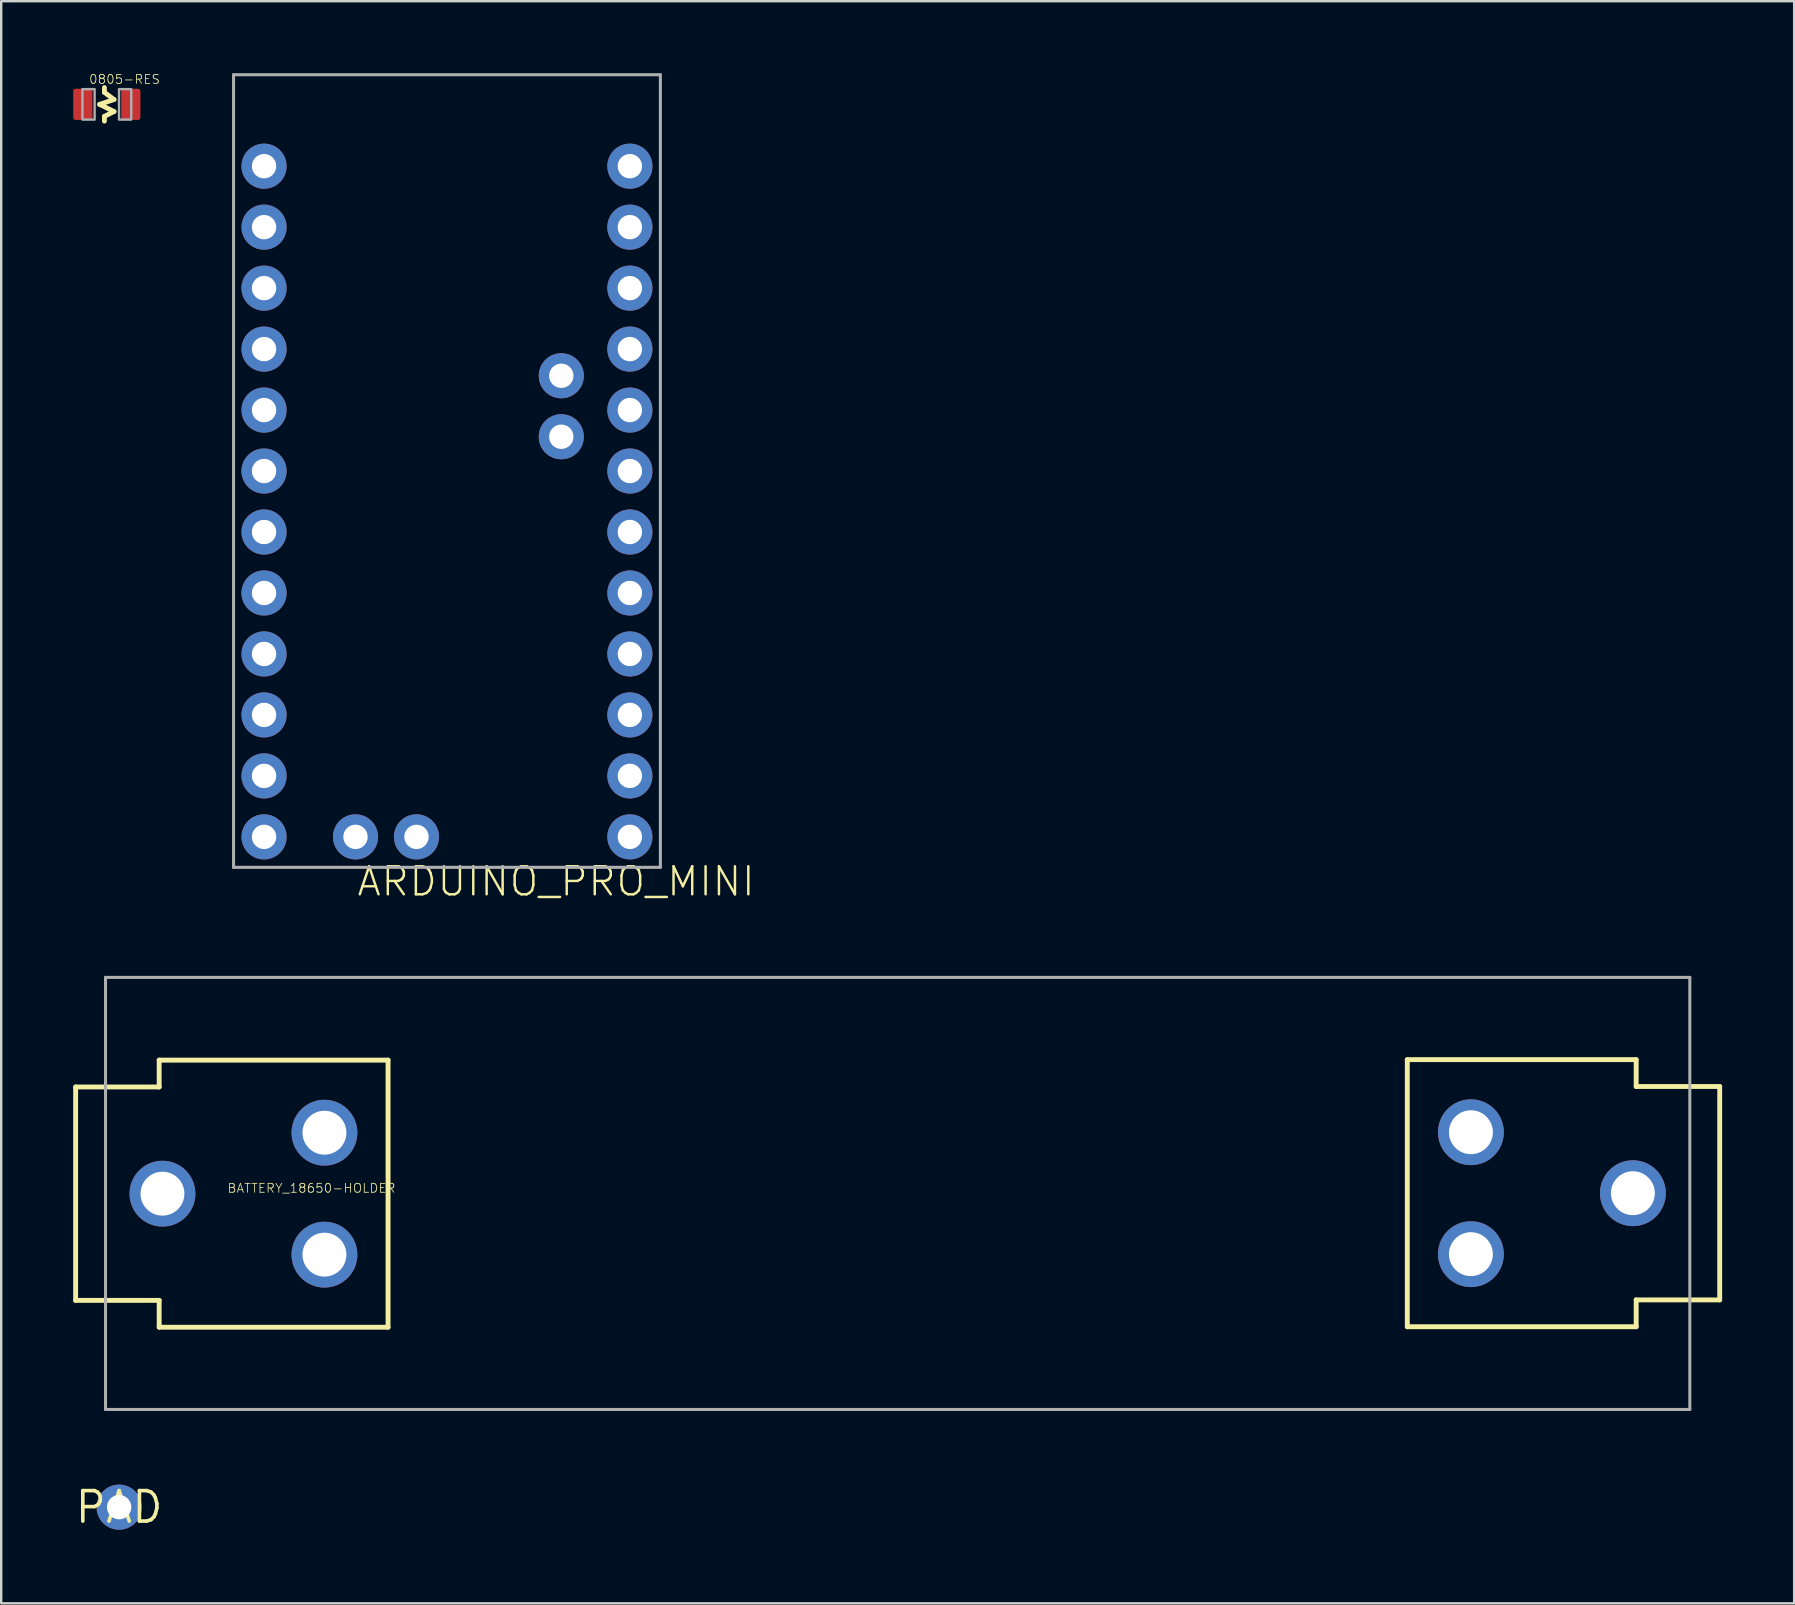
<source format=kicad_pcb>
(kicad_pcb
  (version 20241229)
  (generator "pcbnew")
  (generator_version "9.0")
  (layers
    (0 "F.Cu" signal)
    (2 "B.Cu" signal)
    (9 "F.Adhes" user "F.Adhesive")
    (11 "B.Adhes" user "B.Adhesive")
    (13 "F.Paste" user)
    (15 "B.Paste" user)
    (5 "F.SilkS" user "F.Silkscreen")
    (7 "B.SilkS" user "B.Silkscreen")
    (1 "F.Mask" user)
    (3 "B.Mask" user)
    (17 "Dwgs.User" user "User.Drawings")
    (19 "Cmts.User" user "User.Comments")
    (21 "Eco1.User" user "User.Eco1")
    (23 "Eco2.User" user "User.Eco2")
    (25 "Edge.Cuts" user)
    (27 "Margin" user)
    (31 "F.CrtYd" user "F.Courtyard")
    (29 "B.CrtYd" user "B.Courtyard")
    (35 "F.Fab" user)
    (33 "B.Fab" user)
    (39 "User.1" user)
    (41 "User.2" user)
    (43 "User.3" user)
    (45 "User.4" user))
  (footprint "0805-RES"
    (layer "F.Cu")
    (at 1.4 1.297)
    (property "Reference" "0805-RES" (at -0.762 -0.826 0) (unlocked yes) (layer "F.SilkS") (effects (font (size 0.374 0.374) (thickness 0.033)) (justify left bottom)))
    (fp_line (start -0.3 0) (end 0.3 0.3) (stroke (width 0.2) (type solid)) (layer "F.SilkS"))
    (fp_line (start -0.1 -0.7) (end -0.1 -0.5) (stroke (width 0.2) (type solid)) (layer "F.SilkS"))
    (fp_line (start -0.1 -0.5) (end 0.3 -0.2) (stroke (width 0.2) (type solid)) (layer "F.SilkS"))
    (fp_line (start -0.1 0.5) (end -0.1 0.7) (stroke (width 0.2) (type solid)) (layer "F.SilkS"))
    (fp_line (start 0.3 -0.2) (end -0.3 0) (stroke (width 0.2) (type solid)) (layer "F.SilkS"))
    (fp_line (start 0.3 0.3) (end -0.1 0.5) (stroke (width 0.2) (type solid)) (layer "F.SilkS"))
    (fp_poly (pts (xy -1.016 0.635) (xy -0.508 0.635) (xy -0.508 -0.635) (xy -1.016 -0.635)) (stroke (width 0.1) (type default)) (fill no) (layer "F.Fab"))
    (fp_poly (pts (xy 0.508 0.635) (xy 1.016 0.635) (xy 1.016 -0.635) (xy 0.508 -0.635)) (stroke (width 0.1) (type default)) (fill no) (layer "F.Fab"))
    (pad "1" smd roundrect (at -1 0) (size 0.8 1.3) (layers "F.Cu" "F.Mask" "F.Paste") (roundrect_rratio 0.125))
    (pad "2" smd roundrect (at 1 0) (size 0.8 1.3) (layers "F.Cu" "F.Mask" "F.Paste") (roundrect_rratio 0.125)))
  (footprint "ARDUINO_PRO_MINI"
    (layer "F.Cu")
    (at 15.57 16.573)
    (property "Reference" "ARDUINO_PRO_MINI" (at -3.81 17.78 0) (unlocked yes) (layer "F.SilkS") (effects (font (size 1.168 1.168) (thickness 0.102)) (justify left bottom)))
    (fp_line (start -8.89 -16.51) (end -8.89 16.51) (stroke (width 0.127) (type solid)) (layer "F.Fab"))
    (fp_line (start -8.89 16.51) (end 8.89 16.51) (stroke (width 0.127) (type solid)) (layer "F.Fab"))
    (fp_line (start 8.89 -16.51) (end -8.89 -16.51) (stroke (width 0.127) (type solid)) (layer "F.Fab"))
    (fp_line (start 8.89 16.51) (end 8.89 -16.51) (stroke (width 0.127) (type solid)) (layer "F.Fab"))
    (pad "1" thru_hole circle (at -7.62 -12.7) (size 1.88 1.88) (drill 1.016) (layers "*.Cu" "*.Mask"))
    (pad "2" thru_hole circle (at -7.62 -10.16) (size 1.88 1.88) (drill 1.016) (layers "*.Cu" "*.Mask"))
    (pad "3" thru_hole circle (at -7.62 -7.62) (size 1.88 1.88) (drill 1.016) (layers "*.Cu" "*.Mask"))
    (pad "4" thru_hole circle (at -7.62 -5.08) (size 1.88 1.88) (drill 1.016) (layers "*.Cu" "*.Mask"))
    (pad "5" thru_hole circle (at -7.62 -2.54) (size 1.88 1.88) (drill 1.016) (layers "*.Cu" "*.Mask"))
    (pad "6" thru_hole circle (at -7.62 0) (size 1.88 1.88) (drill 1.016) (layers "*.Cu" "*.Mask"))
    (pad "7" thru_hole circle (at -7.62 2.54) (size 1.88 1.88) (drill 1.016) (layers "*.Cu" "*.Mask"))
    (pad "8" thru_hole circle (at -7.62 5.08) (size 1.88 1.88) (drill 1.016) (layers "*.Cu" "*.Mask"))
    (pad "9" thru_hole circle (at -7.62 7.62) (size 1.88 1.88) (drill 1.016) (layers "*.Cu" "*.Mask"))
    (pad "10" thru_hole circle (at -7.62 10.16) (size 1.88 1.88) (drill 1.016) (layers "*.Cu" "*.Mask"))
    (pad "11" thru_hole circle (at -7.62 12.7) (size 1.88 1.88) (drill 1.016) (layers "*.Cu" "*.Mask"))
    (pad "12" thru_hole circle (at -7.62 15.24) (size 1.88 1.88) (drill 1.016) (layers "*.Cu" "*.Mask"))
    (pad "13" thru_hole circle (at 7.62 15.24) (size 1.88 1.88) (drill 1.016) (layers "*.Cu" "*.Mask"))
    (pad "14" thru_hole circle (at 7.62 12.7) (size 1.88 1.88) (drill 1.016) (layers "*.Cu" "*.Mask"))
    (pad "15" thru_hole circle (at 7.62 10.16) (size 1.88 1.88) (drill 1.016) (layers "*.Cu" "*.Mask"))
    (pad "16" thru_hole circle (at 7.62 7.62) (size 1.88 1.88) (drill 1.016) (layers "*.Cu" "*.Mask"))
    (pad "17" thru_hole circle (at 7.62 5.08) (size 1.88 1.88) (drill 1.016) (layers "*.Cu" "*.Mask"))
    (pad "18" thru_hole circle (at 7.62 2.54) (size 1.88 1.88) (drill 1.016) (layers "*.Cu" "*.Mask"))
    (pad "19" thru_hole circle (at 7.62 0) (size 1.88 1.88) (drill 1.016) (layers "*.Cu" "*.Mask"))
    (pad "20" thru_hole circle (at 7.62 -2.54) (size 1.88 1.88) (drill 1.016) (layers "*.Cu" "*.Mask"))
    (pad "21" thru_hole circle (at 7.62 -5.08) (size 1.88 1.88) (drill 1.016) (layers "*.Cu" "*.Mask"))
    (pad "22" thru_hole circle (at 7.62 -7.62) (size 1.88 1.88) (drill 1.016) (layers "*.Cu" "*.Mask"))
    (pad "23" thru_hole circle (at 7.62 -10.16) (size 1.88 1.88) (drill 1.016) (layers "*.Cu" "*.Mask"))
    (pad "24" thru_hole circle (at 7.62 -12.7) (size 1.88 1.88) (drill 1.016) (layers "*.Cu" "*.Mask"))
    (pad "A4-0" thru_hole circle (at -3.81 15.24 90) (size 1.88 1.88) (drill 1.016) (layers "*.Cu" "*.Mask"))
    (pad "A4-1" thru_hole circle (at 4.763 -1.429) (size 1.88 1.88) (drill 1.016) (layers "*.Cu" "*.Mask"))
    (pad "A5-0" thru_hole circle (at -1.27 15.24 90) (size 1.88 1.88) (drill 1.016) (layers "*.Cu" "*.Mask"))
    (pad "A5-1" thru_hole circle (at 4.763 -3.969) (size 1.88 1.88) (drill 1.016) (layers "*.Cu" "*.Mask")))
  (footprint "BATTERY_18650-HOLDER"
    (layer "F.Cu")
    (at 34.346 46.667)
    (property "Reference" "BATTERY_18650-HOLDER" (at -27.94 0 0) (unlocked yes) (layer "F.SilkS") (effects (font (size 0.374 0.374) (thickness 0.033)) (justify left bottom)))
    (fp_line (start -34.245 -4.435) (end -30.765 -4.435) (stroke (width 0.203) (type solid)) (layer "F.SilkS"))
    (fp_line (start -34.245 4.455) (end -34.245 -4.435) (stroke (width 0.203) (type solid)) (layer "F.SilkS"))
    (fp_line (start -30.765 -5.553) (end -21.23 -5.553) (stroke (width 0.203) (type solid)) (layer "F.SilkS"))
    (fp_line (start -30.765 -4.435) (end -30.765 -5.553) (stroke (width 0.203) (type solid)) (layer "F.SilkS"))
    (fp_line (start -30.765 4.455) (end -34.245 4.455) (stroke (width 0.203) (type solid)) (layer "F.SilkS"))
    (fp_line (start -30.765 5.573) (end -30.765 4.455) (stroke (width 0.203) (type solid)) (layer "F.SilkS"))
    (fp_line (start -21.23 -5.553) (end -21.23 5.573) (stroke (width 0.203) (type solid)) (layer "F.SilkS"))
    (fp_line (start -21.23 5.573) (end -30.765 5.573) (stroke (width 0.203) (type solid)) (layer "F.SilkS"))
    (fp_line (start 21.23 -5.573) (end 30.765 -5.573) (stroke (width 0.203) (type solid)) (layer "F.SilkS"))
    (fp_line (start 21.23 5.553) (end 21.23 -5.573) (stroke (width 0.203) (type solid)) (layer "F.SilkS"))
    (fp_line (start 30.765 -5.573) (end 30.765 -4.455) (stroke (width 0.203) (type solid)) (layer "F.SilkS"))
    (fp_line (start 30.765 -4.455) (end 34.245 -4.455) (stroke (width 0.203) (type solid)) (layer "F.SilkS"))
    (fp_line (start 30.765 4.435) (end 30.765 5.553) (stroke (width 0.203) (type solid)) (layer "F.SilkS"))
    (fp_line (start 30.765 5.553) (end 21.23 5.553) (stroke (width 0.203) (type solid)) (layer "F.SilkS"))
    (fp_line (start 34.245 -4.455) (end 34.245 4.435) (stroke (width 0.203) (type solid)) (layer "F.SilkS"))
    (fp_line (start 34.245 4.435) (end 30.765 4.435) (stroke (width 0.203) (type solid)) (layer "F.SilkS"))
    (fp_line (start -33 -9) (end -33 9) (stroke (width 0.127) (type solid)) (layer "F.Fab"))
    (fp_line (start -33 -9) (end 33 -9) (stroke (width 0.127) (type solid)) (layer "F.Fab"))
    (fp_line (start 33 -9) (end 33 9) (stroke (width 0.127) (type solid)) (layer "F.Fab"))
    (fp_line (start 33 9) (end -33 9) (stroke (width 0.127) (type solid)) (layer "F.Fab"))
    (pad "GND@1" thru_hole circle (at 30.628 -0.01 180) (size 2.743 2.743) (drill 1.829) (layers "*.Cu" "*.Mask"))
    (pad "GND@2" thru_hole circle (at 23.88 -2.55 270) (size 2.743 2.743) (drill 1.829) (layers "*.Cu" "*.Mask"))
    (pad "GND@3" thru_hole circle (at 23.88 2.53 270) (size 2.743 2.743) (drill 1.829) (layers "*.Cu" "*.Mask"))
    (pad "PWR@1" thru_hole circle (at -30.628 0.01) (size 2.743 2.743) (drill 1.829) (layers "*.Cu" "*.Mask"))
    (pad "PWR@2" thru_hole circle (at -23.88 -2.53 90) (size 2.743 2.743) (drill 1.829) (layers "*.Cu" "*.Mask"))
    (pad "PWR@3" thru_hole circle (at -23.88 2.55 90) (size 2.743 2.743) (drill 1.829) (layers "*.Cu" "*.Mask")))
  (footprint "PAD"
    (layer "F.Cu")
    (at 1.912 59.737)
    (property "Reference" "PAD" (at 0 0 0) (layer "F.SilkS") (effects (font (size 1.27 1.27) (thickness 0.15))))
    (pad "1" thru_hole circle (at 0 0) (size 1.88 1.88) (drill 1.016) (layers "*.Cu" "*.Mask")))
  (gr_rect
    (start -3 -3)
    (end 71.693 63.743)
    (stroke (width 0.1) (type default))
    (fill no)
    (layer "Edge.Cuts")))
</source>
